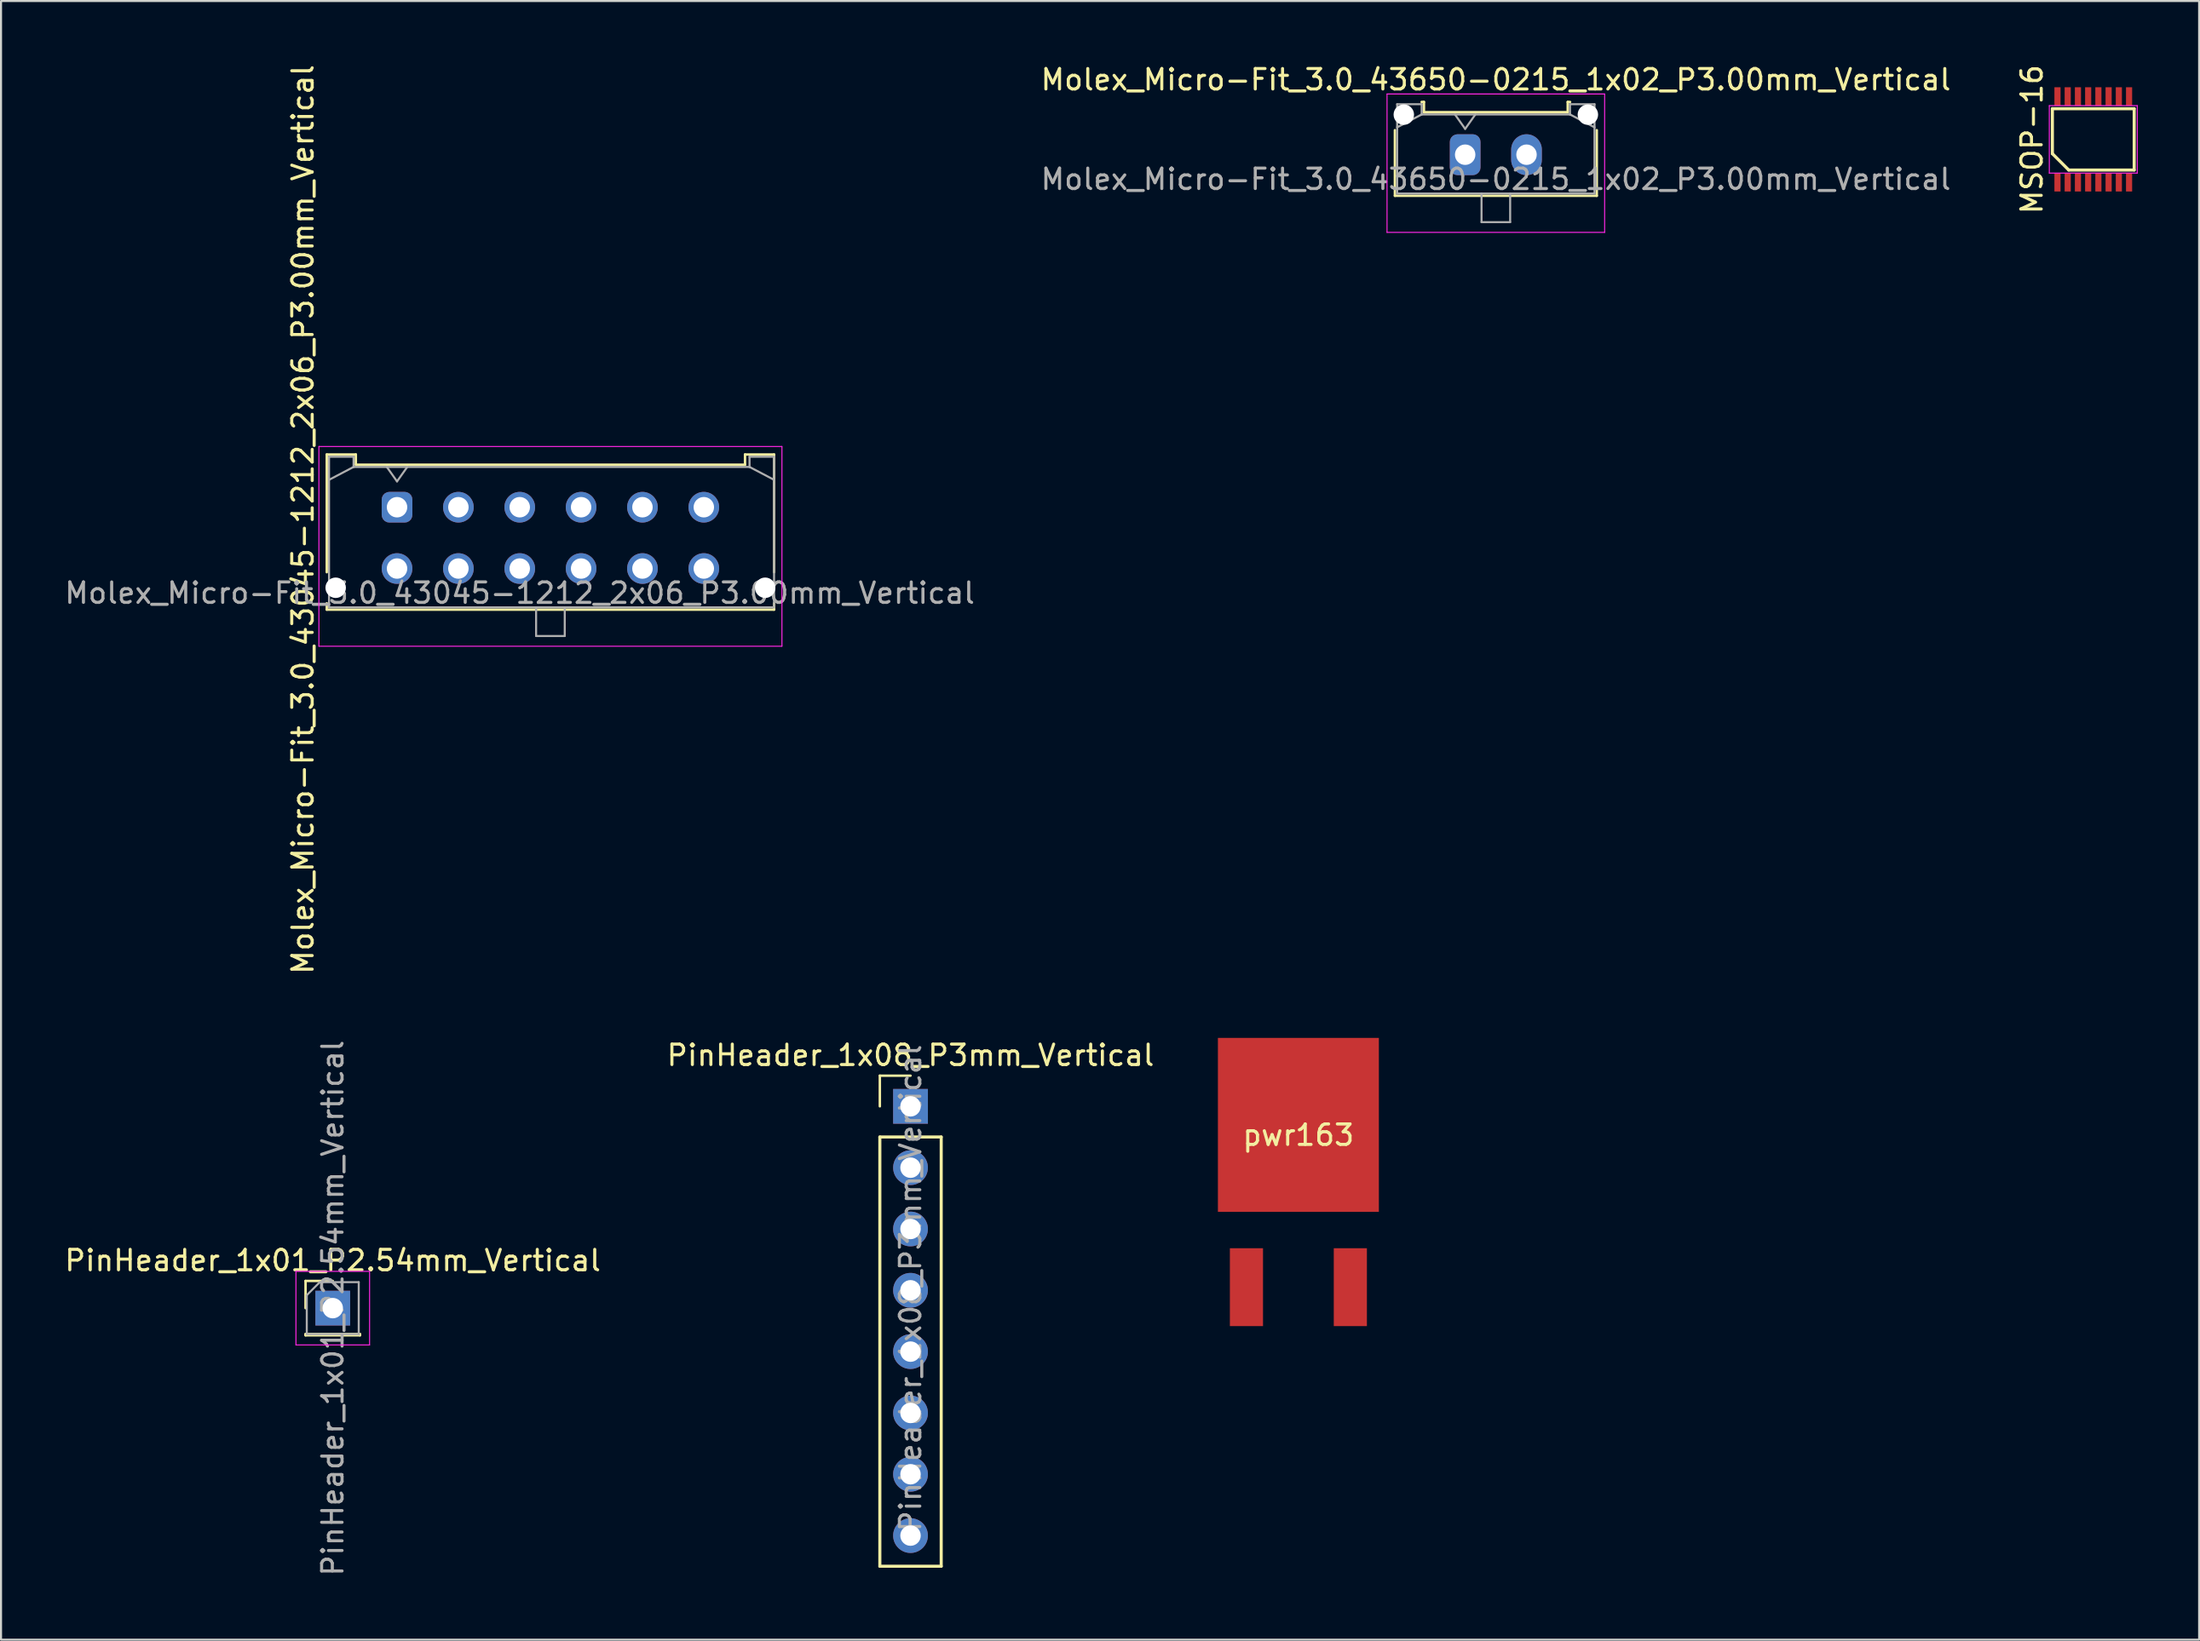
<source format=kicad_pcb>
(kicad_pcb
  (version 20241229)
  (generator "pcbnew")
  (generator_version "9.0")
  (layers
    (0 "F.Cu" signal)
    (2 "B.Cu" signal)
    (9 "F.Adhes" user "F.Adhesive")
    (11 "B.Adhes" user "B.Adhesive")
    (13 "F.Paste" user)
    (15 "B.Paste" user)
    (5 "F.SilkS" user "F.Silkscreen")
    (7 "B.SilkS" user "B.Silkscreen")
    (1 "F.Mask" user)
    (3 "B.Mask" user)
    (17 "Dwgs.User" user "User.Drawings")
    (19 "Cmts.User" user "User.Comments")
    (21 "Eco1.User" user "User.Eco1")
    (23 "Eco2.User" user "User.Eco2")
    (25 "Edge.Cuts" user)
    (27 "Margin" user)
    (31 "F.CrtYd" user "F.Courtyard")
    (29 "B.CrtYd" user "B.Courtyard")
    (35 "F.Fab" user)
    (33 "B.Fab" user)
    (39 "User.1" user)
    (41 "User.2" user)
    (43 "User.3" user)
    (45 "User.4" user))
  (footprint "Molex_Micro-Fit_3.0_43650-0215_1x02_P3.00mm_Vertical"
    (layer "F.Cu")
    (at 68.589 4.518)
    (property "Reference" "Molex_Micro-Fit_3.0_43650-0215_1x02_P3.00mm_Vertical" (at 1.5 -3.67 0) (layer "F.SilkS") (effects (font (size 1 1) (thickness 0.15))))
    (attr through_hole)
    (fp_line (start -3.435 -1.2) (end -3.435 2.01) (stroke (width 0.12) (type solid)) (layer "F.SilkS"))
    (fp_line (start -3.435 2.01) (end 6.435 2.01) (stroke (width 0.12) (type solid)) (layer "F.SilkS"))
    (fp_line (start -2.13 -2.58) (end -2.015 -2.58) (stroke (width 0.12) (type solid)) (layer "F.SilkS"))
    (fp_line (start -2.015 -2.58) (end -2.015 -2.08) (stroke (width 0.12) (type solid)) (layer "F.SilkS"))
    (fp_line (start -2.015 -2.08) (end 5.015 -2.08) (stroke (width 0.12) (type solid)) (layer "F.SilkS"))
    (fp_line (start 5.015 -2.58) (end 5.13 -2.58) (stroke (width 0.12) (type solid)) (layer "F.SilkS"))
    (fp_line (start 5.015 -2.08) (end 5.015 -2.58) (stroke (width 0.12) (type solid)) (layer "F.SilkS"))
    (fp_line (start 6.435 2.01) (end 6.435 -1.2) (stroke (width 0.12) (type solid)) (layer "F.SilkS"))
    (fp_line (start -3.82 -2.97) (end 6.82 -2.97) (stroke (width 0.05) (type solid)) (layer "F.CrtYd"))
    (fp_line (start -3.82 3.8) (end -3.82 -2.97) (stroke (width 0.05) (type solid)) (layer "F.CrtYd"))
    (fp_line (start 6.82 -2.97) (end 6.82 3.8) (stroke (width 0.05) (type solid)) (layer "F.CrtYd"))
    (fp_line (start 6.82 3.8) (end -3.82 3.8) (stroke (width 0.05) (type solid)) (layer "F.CrtYd"))
    (fp_line (start -3.325 -2.47) (end -3.325 1.9) (stroke (width 0.1) (type solid)) (layer "F.Fab"))
    (fp_line (start -3.325 -1.34) (end -2.125 -1.97) (stroke (width 0.1) (type solid)) (layer "F.Fab"))
    (fp_line (start -3.325 1.9) (end 6.325 1.9) (stroke (width 0.1) (type solid)) (layer "F.Fab"))
    (fp_line (start -2.125 -2.47) (end -3.325 -2.47) (stroke (width 0.1) (type solid)) (layer "F.Fab"))
    (fp_line (start -2.125 -1.97) (end -2.125 -2.47) (stroke (width 0.1) (type solid)) (layer "F.Fab"))
    (fp_line (start -0.5 -1.97) (end 0 -1.263) (stroke (width 0.1) (type solid)) (layer "F.Fab"))
    (fp_line (start 0 -1.263) (end 0.5 -1.97) (stroke (width 0.1) (type solid)) (layer "F.Fab"))
    (fp_line (start 0.8 1.9) (end 0.8 3.3) (stroke (width 0.1) (type solid)) (layer "F.Fab"))
    (fp_line (start 0.8 3.3) (end 2.2 3.3) (stroke (width 0.1) (type solid)) (layer "F.Fab"))
    (fp_line (start 2.2 3.3) (end 2.2 1.9) (stroke (width 0.1) (type solid)) (layer "F.Fab"))
    (fp_line (start 5.125 -2.47) (end 5.125 -1.97) (stroke (width 0.1) (type solid)) (layer "F.Fab"))
    (fp_line (start 5.125 -1.97) (end -2.125 -1.97) (stroke (width 0.1) (type solid)) (layer "F.Fab"))
    (fp_line (start 6.325 -2.47) (end 5.125 -2.47) (stroke (width 0.1) (type solid)) (layer "F.Fab"))
    (fp_line (start 6.325 -1.34) (end 5.125 -1.97) (stroke (width 0.1) (type solid)) (layer "F.Fab"))
    (fp_line (start 6.325 1.9) (end 6.325 -2.47) (stroke (width 0.1) (type solid)) (layer "F.Fab"))
    (fp_text user "${REFERENCE}" (at 1.5 1.2 0) (layer "F.Fab") (effects (font (size 1 1) (thickness 0.15))))
    (pad "" np_thru_hole circle (at -3 -1.96) (size 1 1) (drill 1) (layers "*.Cu" "*.Mask"))
    (pad "" np_thru_hole circle (at 6 -1.96) (size 1 1) (drill 1) (layers "*.Cu" "*.Mask"))
    (pad "1" thru_hole roundrect (at 0 0) (size 1.5 2) (drill 1) (layers "*.Cu" "*.Mask") (roundrect_rratio 0.25))
    (pad "2" thru_hole oval (at 3 0) (size 1.5 2) (drill 1) (layers "*.Cu" "*.Mask")))
  (footprint "PinHeader_1x01_P2.54mm_Vertical"
    (layer "F.Cu")
    (at 13.22 60.946)
    (property "Reference" "PinHeader_1x01_P2.54mm_Vertical" (at 0 -2.33 0) (layer "F.SilkS") (effects (font (size 1 1) (thickness 0.15))))
    (attr through_hole)
    (fp_line (start -1.33 -1.33) (end 0 -1.33) (stroke (width 0.12) (type solid)) (layer "F.SilkS"))
    (fp_line (start -1.33 0) (end -1.33 -1.33) (stroke (width 0.12) (type solid)) (layer "F.SilkS"))
    (fp_line (start -1.33 1.27) (end -1.33 1.33) (stroke (width 0.12) (type solid)) (layer "F.SilkS"))
    (fp_line (start -1.33 1.27) (end 1.33 1.27) (stroke (width 0.12) (type solid)) (layer "F.SilkS"))
    (fp_line (start -1.33 1.33) (end 1.33 1.33) (stroke (width 0.12) (type solid)) (layer "F.SilkS"))
    (fp_line (start 1.33 1.27) (end 1.33 1.33) (stroke (width 0.12) (type solid)) (layer "F.SilkS"))
    (fp_line (start -1.8 -1.8) (end -1.8 1.8) (stroke (width 0.05) (type solid)) (layer "F.CrtYd"))
    (fp_line (start -1.8 1.8) (end 1.8 1.8) (stroke (width 0.05) (type solid)) (layer "F.CrtYd"))
    (fp_line (start 1.8 -1.8) (end -1.8 -1.8) (stroke (width 0.05) (type solid)) (layer "F.CrtYd"))
    (fp_line (start 1.8 1.8) (end 1.8 -1.8) (stroke (width 0.05) (type solid)) (layer "F.CrtYd"))
    (fp_line (start -1.27 -0.635) (end -0.635 -1.27) (stroke (width 0.1) (type solid)) (layer "F.Fab"))
    (fp_line (start -1.27 1.27) (end -1.27 -0.635) (stroke (width 0.1) (type solid)) (layer "F.Fab"))
    (fp_line (start -0.635 -1.27) (end 1.27 -1.27) (stroke (width 0.1) (type solid)) (layer "F.Fab"))
    (fp_line (start 1.27 -1.27) (end 1.27 1.27) (stroke (width 0.1) (type solid)) (layer "F.Fab"))
    (fp_line (start 1.27 1.27) (end -1.27 1.27) (stroke (width 0.1) (type solid)) (layer "F.Fab"))
    (fp_text user "${REFERENCE}" (at 0 0 90) (layer "F.Fab") (effects (font (size 1 1) (thickness 0.15))))
    (pad "1" thru_hole rect (at 0 0) (size 1.7 1.7) (drill 1) (layers "*.Cu" "*.Mask")))
  (footprint "pwr163"
    (layer "F.Cu")
    (at 60.435 51.981)
    (property "Reference" "pwr163" (at 0 0.5 0) (layer "F.SilkS") (effects (font (size 1 1) (thickness 0.153))))
    (attr through_hole)
    (pad "1" smd rect (at -2.54 7.94) (size 1.62 3.81) (layers "F.Cu" "F.Mask" "F.Paste"))
    (pad "2" smd rect (at 2.54 7.94) (size 1.62 3.81) (layers "F.Cu" "F.Mask" "F.Paste"))
    (pad "3" smd rect (at 0 0 90) (size 8.51 7.87) (layers "F.Cu" "F.Mask" "F.Paste")))
  (footprint "MSOP-16"
    (layer "F.Cu")
    (at 99.301 3.768)
    (property "Reference" "MSOP-16" (at -3 0 90) (layer "F.SilkS") (effects (font (size 1 1) (thickness 0.15))))
    (attr smd)
    (fp_line (start -2 -1.5) (end 2 -1.5) (stroke (width 0.15) (type solid)) (layer "F.SilkS"))
    (fp_line (start -2 0.7) (end -2 -1.5) (stroke (width 0.15) (type solid)) (layer "F.SilkS"))
    (fp_line (start -1.2 1.5) (end -2 0.7) (stroke (width 0.15) (type solid)) (layer "F.SilkS"))
    (fp_line (start 2 -1.5) (end 2 1.5) (stroke (width 0.15) (type solid)) (layer "F.SilkS"))
    (fp_line (start 2 1.5) (end -1.2 1.5) (stroke (width 0.15) (type solid)) (layer "F.SilkS"))
    (fp_line (start -2.15 -1.65) (end 2.15 -1.65) (stroke (width 0.05) (type solid)) (layer "F.CrtYd"))
    (fp_line (start -2.15 1.65) (end -2.15 -1.65) (stroke (width 0.05) (type solid)) (layer "F.CrtYd"))
    (fp_line (start 2.15 -1.65) (end 2.15 1.65) (stroke (width 0.05) (type solid)) (layer "F.CrtYd"))
    (fp_line (start 2.15 1.65) (end -2.15 1.65) (stroke (width 0.05) (type solid)) (layer "F.CrtYd"))
    (pad "1" smd rect (at -1.75 2.1) (size 0.3 0.9) (layers "F.Cu" "F.Mask" "F.Paste"))
    (pad "2" smd rect (at -1.25 2.1) (size 0.3 0.9) (layers "F.Cu" "F.Mask" "F.Paste"))
    (pad "3" smd rect (at -0.75 2.1) (size 0.3 0.9) (layers "F.Cu" "F.Mask" "F.Paste"))
    (pad "4" smd rect (at -0.25 2.1) (size 0.3 0.9) (layers "F.Cu" "F.Mask" "F.Paste"))
    (pad "5" smd rect (at 0.25 2.1) (size 0.3 0.9) (layers "F.Cu" "F.Mask" "F.Paste"))
    (pad "6" smd rect (at 0.75 2.1) (size 0.3 0.9) (layers "F.Cu" "F.Mask" "F.Paste"))
    (pad "7" smd rect (at 1.25 2.1) (size 0.3 0.9) (layers "F.Cu" "F.Mask" "F.Paste"))
    (pad "8" smd rect (at 1.75 2.1) (size 0.3 0.9) (layers "F.Cu" "F.Mask" "F.Paste"))
    (pad "9" smd rect (at 1.75 -2.1) (size 0.3 0.9) (layers "F.Cu" "F.Mask" "F.Paste"))
    (pad "10" smd rect (at 1.25 -2.1) (size 0.3 0.9) (layers "F.Cu" "F.Mask" "F.Paste"))
    (pad "11" smd rect (at 0.75 -2.1) (size 0.3 0.9) (layers "F.Cu" "F.Mask" "F.Paste"))
    (pad "12" smd rect (at 0.25 -2.1) (size 0.3 0.9) (layers "F.Cu" "F.Mask" "F.Paste"))
    (pad "13" smd rect (at -0.25 -2.1) (size 0.3 0.9) (layers "F.Cu" "F.Mask" "F.Paste"))
    (pad "14" smd rect (at -0.75 -2.1) (size 0.3 0.9) (layers "F.Cu" "F.Mask" "F.Paste"))
    (pad "15" smd rect (at -1.25 -2.1) (size 0.3 0.9) (layers "F.Cu" "F.Mask" "F.Paste"))
    (pad "16" smd rect (at -1.75 -2.1) (size 0.3 0.9) (layers "F.Cu" "F.Mask" "F.Paste")))
  (footprint "Molex_Micro-Fit_3.0_43045-1212_2x06_P3.00mm_Vertical"
    (layer "F.Cu")
    (at 16.363 21.764)
    (property "Reference" "Molex_Micro-Fit_3.0_43045-1212_2x06_P3.00mm_Vertical" (at -4.603 0.599 90) (layer "F.SilkS") (effects (font (size 1 1) (thickness 0.15))))
    (attr through_hole)
    (fp_line (start -3.435 -2.58) (end -2.015 -2.58) (stroke (width 0.12) (type solid)) (layer "F.SilkS"))
    (fp_line (start -3.435 3.18) (end -3.435 -2.58) (stroke (width 0.12) (type solid)) (layer "F.SilkS"))
    (fp_line (start -3.435 4.7) (end -3.435 5.01) (stroke (width 0.12) (type solid)) (layer "F.SilkS"))
    (fp_line (start -3.435 5.01) (end 18.435 5.01) (stroke (width 0.12) (type solid)) (layer "F.SilkS"))
    (fp_line (start -2.015 -2.58) (end -2.015 -2.08) (stroke (width 0.12) (type solid)) (layer "F.SilkS"))
    (fp_line (start -2.015 -2.08) (end 17.015 -2.08) (stroke (width 0.12) (type solid)) (layer "F.SilkS"))
    (fp_line (start 17.015 -2.58) (end 18.435 -2.58) (stroke (width 0.12) (type solid)) (layer "F.SilkS"))
    (fp_line (start 17.015 -2.08) (end 17.015 -2.58) (stroke (width 0.12) (type solid)) (layer "F.SilkS"))
    (fp_line (start 18.435 -2.58) (end 18.435 3.18) (stroke (width 0.12) (type solid)) (layer "F.SilkS"))
    (fp_line (start 18.435 5.01) (end 18.435 4.7) (stroke (width 0.12) (type solid)) (layer "F.SilkS"))
    (fp_line (start -3.82 -2.97) (end 18.82 -2.97) (stroke (width 0.05) (type solid)) (layer "F.CrtYd"))
    (fp_line (start -3.82 6.8) (end -3.82 -2.97) (stroke (width 0.05) (type solid)) (layer "F.CrtYd"))
    (fp_line (start 18.82 -2.97) (end 18.82 6.8) (stroke (width 0.05) (type solid)) (layer "F.CrtYd"))
    (fp_line (start 18.82 6.8) (end -3.82 6.8) (stroke (width 0.05) (type solid)) (layer "F.CrtYd"))
    (fp_line (start -3.325 -2.47) (end -3.325 4.9) (stroke (width 0.1) (type solid)) (layer "F.Fab"))
    (fp_line (start -3.325 -1.34) (end -2.125 -1.97) (stroke (width 0.1) (type solid)) (layer "F.Fab"))
    (fp_line (start -3.325 4.9) (end 18.435 4.9) (stroke (width 0.1) (type solid)) (layer "F.Fab"))
    (fp_line (start -2.125 -2.47) (end -3.325 -2.47) (stroke (width 0.1) (type solid)) (layer "F.Fab"))
    (fp_line (start -2.125 -1.97) (end -2.125 -2.47) (stroke (width 0.1) (type solid)) (layer "F.Fab"))
    (fp_line (start -0.5 -1.97) (end 0 -1.263) (stroke (width 0.1) (type solid)) (layer "F.Fab"))
    (fp_line (start 0 -1.263) (end 0.5 -1.97) (stroke (width 0.1) (type solid)) (layer "F.Fab"))
    (fp_line (start 6.8 4.9) (end 6.8 6.3) (stroke (width 0.1) (type solid)) (layer "F.Fab"))
    (fp_line (start 6.8 6.3) (end 8.2 6.3) (stroke (width 0.1) (type solid)) (layer "F.Fab"))
    (fp_line (start 8.2 6.3) (end 8.2 4.9) (stroke (width 0.1) (type solid)) (layer "F.Fab"))
    (fp_line (start 17.235 -2.47) (end 17.235 -1.97) (stroke (width 0.1) (type solid)) (layer "F.Fab"))
    (fp_line (start 17.25 -1.97) (end -2.125 -1.97) (stroke (width 0.1) (type solid)) (layer "F.Fab"))
    (fp_line (start 18.435 -2.47) (end 17.235 -2.47) (stroke (width 0.1) (type solid)) (layer "F.Fab"))
    (fp_line (start 18.435 -1.34) (end 17.235 -1.97) (stroke (width 0.1) (type solid)) (layer "F.Fab"))
    (fp_line (start 18.435 4.9) (end 18.435 -2.47) (stroke (width 0.1) (type solid)) (layer "F.Fab"))
    (fp_text user "${REFERENCE}" (at 6 4.2 0) (layer "F.Fab") (effects (font (size 1 1) (thickness 0.15))))
    (pad "" np_thru_hole circle (at -3 3.94) (size 1 1) (drill 1) (layers "*.Cu" "*.Mask"))
    (pad "" np_thru_hole circle (at 18 3.94) (size 1 1) (drill 1) (layers "*.Cu" "*.Mask"))
    (pad "1" thru_hole roundrect (at 0 0) (size 1.5 1.5) (drill 1) (layers "*.Cu" "*.Mask") (roundrect_rratio 0.25))
    (pad "2" thru_hole circle (at 3 0) (size 1.5 1.5) (drill 1) (layers "*.Cu" "*.Mask"))
    (pad "3" thru_hole circle (at 6 0) (size 1.5 1.5) (drill 1) (layers "*.Cu" "*.Mask"))
    (pad "4" thru_hole circle (at 9 0) (size 1.5 1.5) (drill 1) (layers "*.Cu" "*.Mask"))
    (pad "5" thru_hole circle (at 12 0) (size 1.5 1.5) (drill 1) (layers "*.Cu" "*.Mask"))
    (pad "6" thru_hole circle (at 15 0) (size 1.5 1.5) (drill 1) (layers "*.Cu" "*.Mask"))
    (pad "7" thru_hole circle (at 15 3) (size 1.5 1.5) (drill 1) (layers "*.Cu" "*.Mask"))
    (pad "8" thru_hole circle (at 12 3) (size 1.5 1.5) (drill 1) (layers "*.Cu" "*.Mask"))
    (pad "9" thru_hole circle (at 9 3) (size 1.5 1.5) (drill 1) (layers "*.Cu" "*.Mask"))
    (pad "10" thru_hole circle (at 6 3) (size 1.5 1.5) (drill 1) (layers "*.Cu" "*.Mask"))
    (pad "11" thru_hole circle (at 3 3) (size 1.5 1.5) (drill 1) (layers "*.Cu" "*.Mask"))
    (pad "12" thru_hole circle (at 0 3) (size 1.5 1.5) (drill 1) (layers "*.Cu" "*.Mask")))
  (footprint "PinHeader_1x08_P3mm_Vertical"
    (layer "F.Cu")
    (at 41.47 61.574)
    (property "Reference" "PinHeader_1x08_P3mm_Vertical" (at 0 -13 0) (layer "F.SilkS") (effects (font (size 1 1) (thickness 0.15))))
    (attr through_hole)
    (fp_line (start -1.5 -12) (end 0 -12) (stroke (width 0.12) (type solid)) (layer "F.SilkS"))
    (fp_line (start -1.5 -10.5) (end -1.5 -12) (stroke (width 0.12) (type solid)) (layer "F.SilkS"))
    (fp_line (start -1.5 -9) (end 1.5 -9) (stroke (width 0.15) (type solid)) (layer "F.SilkS"))
    (fp_line (start -1.5 12) (end -1.5 -9) (stroke (width 0.15) (type solid)) (layer "F.SilkS"))
    (fp_line (start 1.5 -9) (end 1.5 12) (stroke (width 0.15) (type solid)) (layer "F.SilkS"))
    (fp_line (start 1.5 12) (end -1.5 12) (stroke (width 0.15) (type solid)) (layer "F.SilkS"))
    (fp_text user "${REFERENCE}" (at 0 -1.61 90) (layer "F.Fab") (effects (font (size 1 1) (thickness 0.15))))
    (pad "1" thru_hole rect (at 0 -10.5) (size 1.7 1.7) (drill 1) (layers "*.Cu" "*.Mask"))
    (pad "2" thru_hole oval (at 0 -7.5) (size 1.7 1.7) (drill 1) (layers "*.Cu" "*.Mask"))
    (pad "3" thru_hole oval (at 0 -4.5) (size 1.7 1.7) (drill 1) (layers "*.Cu" "*.Mask"))
    (pad "4" thru_hole oval (at 0 -1.5) (size 1.7 1.7) (drill 1) (layers "*.Cu" "*.Mask"))
    (pad "5" thru_hole oval (at 0 1.5) (size 1.7 1.7) (drill 1) (layers "*.Cu" "*.Mask"))
    (pad "6" thru_hole oval (at 0 4.5) (size 1.7 1.7) (drill 1) (layers "*.Cu" "*.Mask"))
    (pad "7" thru_hole oval (at 0 7.5) (size 1.7 1.7) (drill 1) (layers "*.Cu" "*.Mask"))
    (pad "8" thru_hole oval (at 0 10.5) (size 1.7 1.7) (drill 1) (layers "*.Cu" "*.Mask")))
  (gr_rect
    (start -3 -3)
    (end 104.476 77.167)
    (stroke (width 0.1) (type default))
    (fill no)
    (layer "Edge.Cuts")))
</source>
